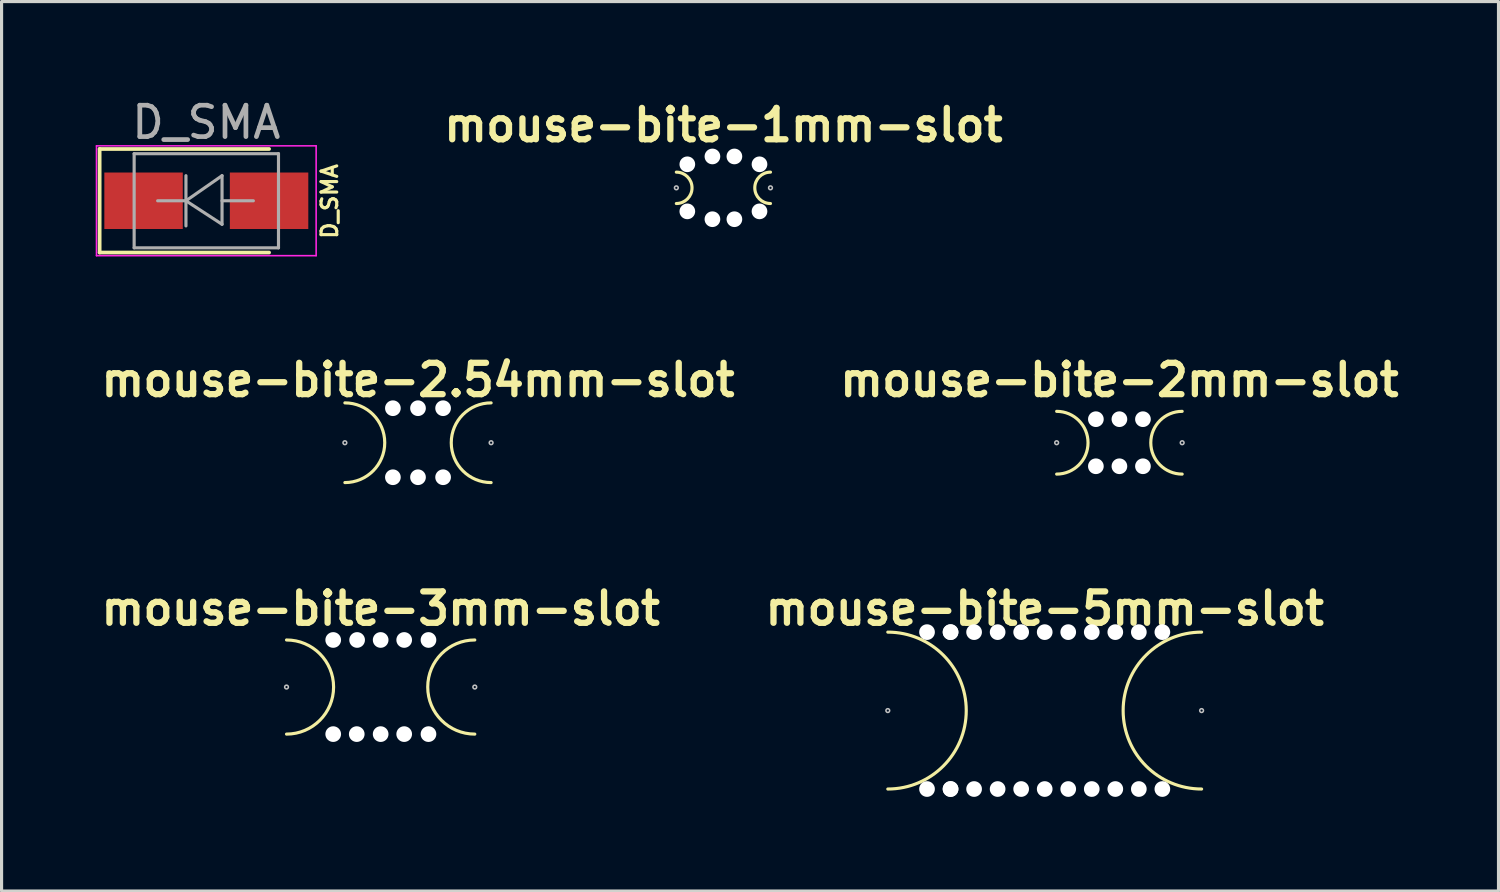
<source format=kicad_pcb>
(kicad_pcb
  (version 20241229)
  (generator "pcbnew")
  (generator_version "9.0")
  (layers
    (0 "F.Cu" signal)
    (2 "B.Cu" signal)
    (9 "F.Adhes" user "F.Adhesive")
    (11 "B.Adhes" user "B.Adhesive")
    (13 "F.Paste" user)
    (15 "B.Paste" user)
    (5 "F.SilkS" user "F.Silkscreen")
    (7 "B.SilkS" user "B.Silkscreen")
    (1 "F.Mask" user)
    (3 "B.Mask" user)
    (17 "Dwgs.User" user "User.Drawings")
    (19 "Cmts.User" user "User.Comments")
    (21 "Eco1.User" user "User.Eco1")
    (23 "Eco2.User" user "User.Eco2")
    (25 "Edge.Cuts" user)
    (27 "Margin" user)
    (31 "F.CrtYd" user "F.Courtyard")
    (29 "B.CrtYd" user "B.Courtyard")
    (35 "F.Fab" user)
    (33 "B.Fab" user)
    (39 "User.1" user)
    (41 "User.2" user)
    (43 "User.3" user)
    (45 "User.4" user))
  (footprint "mouse-bite-5mm-slot"
    (layer "F.Cu")
    (at 30.243 19.595)
    (property "Reference" "mouse-bite-5mm-slot" (at 0 -3.25 0) (layer "F.SilkS") (effects (font (size 1 1) (thickness 0.2))))
    (attr through_hole)
    (fp_arc (start -5 -2.5) (mid -2.5 0) (end -5 2.5) (stroke (width 0.1) (type solid)) (layer "F.SilkS"))
    (fp_arc (start 5 2.5) (mid 2.5 0) (end 5 -2.5) (stroke (width 0.1) (type solid)) (layer "F.SilkS"))
    (fp_circle (center -5 0) (end -4.94 0) (stroke (width 0.05) (type solid)) (fill no) (layer "Dwgs.User"))
    (fp_circle (center 5 0) (end 5.06 0) (stroke (width 0.05) (type solid)) (fill no) (layer "Dwgs.User"))
    (fp_line (start -5 0) (end -5 0) (stroke (width 5) (type solid)) (layer "Eco1.User"))
    (fp_line (start 5 0) (end 5 0) (stroke (width 5) (type solid)) (layer "Eco1.User"))
    (pad "" np_thru_hole circle (at -3.75 -2.5) (size 0.5 0.5) (drill 0.5) (layers "*.Cu" "*.Mask"))
    (pad "" np_thru_hole circle (at -3.75 2.5) (size 0.5 0.5) (drill 0.5) (layers "*.Cu" "*.Mask"))
    (pad "" np_thru_hole circle (at -3 -2.5) (size 0.5 0.5) (drill 0.5) (layers "*.Cu" "*.Mask"))
    (pad "" np_thru_hole circle (at -3 -2.5) (size 0.5 0.5) (drill 0.5) (layers "*.Cu" "*.Mask"))
    (pad "" np_thru_hole circle (at -3 2.5) (size 0.5 0.5) (drill 0.5) (layers "*.Cu" "*.Mask"))
    (pad "" np_thru_hole circle (at -3 2.5) (size 0.5 0.5) (drill 0.5) (layers "*.Cu" "*.Mask"))
    (pad "" np_thru_hole circle (at -2.25 -2.5) (size 0.5 0.5) (drill 0.5) (layers "*.Cu" "*.Mask"))
    (pad "" np_thru_hole circle (at -2.25 2.5) (size 0.5 0.5) (drill 0.5) (layers "*.Cu" "*.Mask"))
    (pad "" np_thru_hole circle (at -1.5 -2.5) (size 0.5 0.5) (drill 0.5) (layers "*.Cu" "*.Mask"))
    (pad "" np_thru_hole circle (at -1.5 2.5) (size 0.5 0.5) (drill 0.5) (layers "*.Cu" "*.Mask"))
    (pad "" np_thru_hole circle (at -0.75 -2.5) (size 0.5 0.5) (drill 0.5) (layers "*.Cu" "*.Mask"))
    (pad "" np_thru_hole circle (at -0.75 2.5) (size 0.5 0.5) (drill 0.5) (layers "*.Cu" "*.Mask"))
    (pad "" np_thru_hole circle (at 0 -2.5) (size 0.5 0.5) (drill 0.5) (layers "*.Cu" "*.Mask"))
    (pad "" np_thru_hole circle (at 0 2.5) (size 0.5 0.5) (drill 0.5) (layers "*.Cu" "*.Mask"))
    (pad "" np_thru_hole circle (at 0.75 -2.5) (size 0.5 0.5) (drill 0.5) (layers "*.Cu" "*.Mask"))
    (pad "" np_thru_hole circle (at 0.75 2.5) (size 0.5 0.5) (drill 0.5) (layers "*.Cu" "*.Mask"))
    (pad "" np_thru_hole circle (at 1.5 -2.5) (size 0.5 0.5) (drill 0.5) (layers "*.Cu" "*.Mask"))
    (pad "" np_thru_hole circle (at 1.5 2.5) (size 0.5 0.5) (drill 0.5) (layers "*.Cu" "*.Mask"))
    (pad "" np_thru_hole circle (at 2.25 -2.5) (size 0.5 0.5) (drill 0.5) (layers "*.Cu" "*.Mask"))
    (pad "" np_thru_hole circle (at 2.25 2.5) (size 0.5 0.5) (drill 0.5) (layers "*.Cu" "*.Mask"))
    (pad "" np_thru_hole circle (at 3 -2.5) (size 0.5 0.5) (drill 0.5) (layers "*.Cu" "*.Mask"))
    (pad "" np_thru_hole circle (at 3 2.5) (size 0.5 0.5) (drill 0.5) (layers "*.Cu" "*.Mask"))
    (pad "" np_thru_hole circle (at 3.75 -2.5) (size 0.5 0.5) (drill 0.5) (layers "*.Cu" "*.Mask"))
    (pad "" np_thru_hole circle (at 3.75 2.5) (size 0.5 0.5) (drill 0.5) (layers "*.Cu" "*.Mask")))
  (footprint "mouse-bite-2.54mm-slot"
    (layer "F.Cu")
    (at 10.271 11.059)
    (property "Reference" "mouse-bite-2.54mm-slot" (at 0 -2 0) (layer "F.SilkS") (effects (font (size 1 1) (thickness 0.2))))
    (attr through_hole)
    (fp_arc (start -2.33 -1.27) (mid -1.06 0) (end -2.33 1.27) (stroke (width 0.1) (type solid)) (layer "F.SilkS"))
    (fp_arc (start 2.33 1.27) (mid 1.06 0) (end 2.33 -1.27) (stroke (width 0.1) (type solid)) (layer "F.SilkS"))
    (fp_circle (center -2.33 0) (end -2.27 0) (stroke (width 0.05) (type solid)) (fill no) (layer "Dwgs.User"))
    (fp_circle (center 2.33 0) (end 2.33 -0.06) (stroke (width 0.05) (type solid)) (fill no) (layer "Dwgs.User"))
    (fp_line (start -2.33 0) (end -2.33 0) (stroke (width 2.54) (type solid)) (layer "Eco1.User"))
    (fp_line (start 2.33 0) (end 2.33 0) (stroke (width 2.54) (type solid)) (layer "Eco1.User"))
    (pad "" np_thru_hole circle (at -0.8 -1.1) (size 0.5 0.5) (drill 0.5) (layers "*.Cu" "*.Mask"))
    (pad "" np_thru_hole circle (at -0.8 1.1) (size 0.5 0.5) (drill 0.5) (layers "*.Cu" "*.Mask"))
    (pad "" np_thru_hole circle (at 0 -1.1) (size 0.5 0.5) (drill 0.5) (layers "*.Cu" "*.Mask"))
    (pad "" np_thru_hole circle (at 0 1.1) (size 0.5 0.5) (drill 0.5) (layers "*.Cu" "*.Mask"))
    (pad "" np_thru_hole circle (at 0.8 -1.1) (size 0.5 0.5) (drill 0.5) (layers "*.Cu" "*.Mask"))
    (pad "" np_thru_hole circle (at 0.8 1.1) (size 0.5 0.5) (drill 0.5) (layers "*.Cu" "*.Mask")))
  (footprint "mouse-bite-2mm-slot"
    (layer "F.Cu")
    (at 32.624 11.059)
    (property "Reference" "mouse-bite-2mm-slot" (at 0 -2 0) (layer "F.SilkS") (effects (font (size 1 1) (thickness 0.2))))
    (attr through_hole)
    (fp_arc (start -2 -1) (mid -1 0) (end -2 1) (stroke (width 0.1) (type solid)) (layer "F.SilkS"))
    (fp_arc (start 2 1) (mid 1 0) (end 2 -1) (stroke (width 0.1) (type solid)) (layer "F.SilkS"))
    (fp_circle (center -2 0) (end -2 -0.06) (stroke (width 0.05) (type solid)) (fill no) (layer "Dwgs.User"))
    (fp_circle (center 2 0) (end 2.06 0) (stroke (width 0.05) (type solid)) (fill no) (layer "Dwgs.User"))
    (fp_line (start -2 0) (end -2 0) (stroke (width 2) (type solid)) (layer "Eco1.User"))
    (fp_line (start 2 0) (end 2 0) (stroke (width 2) (type solid)) (layer "Eco1.User"))
    (pad "" np_thru_hole circle (at -0.75 -0.75) (size 0.5 0.5) (drill 0.5) (layers "*.Cu" "*.Mask"))
    (pad "" np_thru_hole circle (at -0.75 0.75) (size 0.5 0.5) (drill 0.5) (layers "*.Cu" "*.Mask"))
    (pad "" np_thru_hole circle (at 0 -0.75) (size 0.5 0.5) (drill 0.5) (layers "*.Cu" "*.Mask"))
    (pad "" np_thru_hole circle (at 0 0.75) (size 0.5 0.5) (drill 0.5) (layers "*.Cu" "*.Mask"))
    (pad "" np_thru_hole circle (at 0.75 -0.75) (size 0.5 0.5) (drill 0.5) (layers "*.Cu" "*.Mask"))
    (pad "" np_thru_hole circle (at 0.75 0.75) (size 0.5 0.5) (drill 0.5) (layers "*.Cu" "*.Mask")))
  (footprint "mouse-bite-1mm-slot"
    (layer "F.Cu")
    (at 20.004 2.936)
    (property "Reference" "mouse-bite-1mm-slot" (at 0 -2 0) (layer "F.SilkS") (effects (font (size 1 1) (thickness 0.2))))
    (attr through_hole)
    (fp_arc (start -1.5 -0.5) (mid -1 0) (end -1.5 0.5) (stroke (width 0.1) (type solid)) (layer "F.SilkS"))
    (fp_arc (start 1.5 0.5) (mid 1 0) (end 1.5 -0.5) (stroke (width 0.1) (type solid)) (layer "F.SilkS"))
    (fp_circle (center -1.5 0) (end -1.44 0) (stroke (width 0.05) (type solid)) (fill no) (layer "Dwgs.User"))
    (fp_circle (center 1.5 0) (end 1.56 0) (stroke (width 0.05) (type solid)) (fill no) (layer "Dwgs.User"))
    (fp_line (start -1.5 0) (end -1.5 0) (stroke (width 1) (type solid)) (layer "Eco1.User"))
    (fp_line (start 1.5 0) (end 1.5 0) (stroke (width 1) (type solid)) (layer "Eco1.User"))
    (pad "" np_thru_hole circle (at -1.15 -0.75) (size 0.5 0.5) (drill 0.5) (layers "*.Cu" "*.Mask"))
    (pad "" np_thru_hole circle (at -1.15 0.75) (size 0.5 0.5) (drill 0.5) (layers "*.Cu" "*.Mask"))
    (pad "" np_thru_hole circle (at -0.35 -1) (size 0.5 0.5) (drill 0.5) (layers "*.Cu" "*.Mask"))
    (pad "" np_thru_hole circle (at -0.35 1) (size 0.5 0.5) (drill 0.5) (layers "*.Cu" "*.Mask"))
    (pad "" np_thru_hole circle (at 0.35 -1) (size 0.5 0.5) (drill 0.5) (layers "*.Cu" "*.Mask"))
    (pad "" np_thru_hole circle (at 0.35 1) (size 0.5 0.5) (drill 0.5) (layers "*.Cu" "*.Mask"))
    (pad "" np_thru_hole circle (at 1.15 -0.75) (size 0.5 0.5) (drill 0.5) (layers "*.Cu" "*.Mask"))
    (pad "" np_thru_hole circle (at 1.15 0.75) (size 0.5 0.5) (drill 0.5) (layers "*.Cu" "*.Mask")))
  (footprint "mouse-bite-3mm-slot"
    (layer "F.Cu")
    (at 9.081 18.845)
    (property "Reference" "mouse-bite-3mm-slot" (at 0 -2.5 0) (layer "F.SilkS") (effects (font (size 1 1) (thickness 0.2))))
    (attr through_hole)
    (fp_arc (start -3 -1.5) (mid -1.5 0) (end -3 1.5) (stroke (width 0.1) (type solid)) (layer "F.SilkS"))
    (fp_arc (start 3 1.5) (mid 1.5 0) (end 3 -1.5) (stroke (width 0.1) (type solid)) (layer "F.SilkS"))
    (fp_circle (center -3 0) (end -3 -0.06) (stroke (width 0.05) (type solid)) (fill no) (layer "Dwgs.User"))
    (fp_circle (center 3 0) (end 3.06 0) (stroke (width 0.05) (type solid)) (fill no) (layer "Dwgs.User"))
    (fp_line (start -3 0) (end -3 0) (stroke (width 3) (type solid)) (layer "Eco1.User"))
    (fp_line (start 3 0) (end 3 0) (stroke (width 3) (type solid)) (layer "Eco1.User"))
    (pad "" np_thru_hole circle (at -1.512 -1.5) (size 0.5 0.5) (drill 0.5) (layers "*.Cu" "*.Mask"))
    (pad "" np_thru_hole circle (at -1.512 1.5) (size 0.5 0.5) (drill 0.5) (layers "*.Cu" "*.Mask"))
    (pad "" np_thru_hole circle (at -0.762 1.5) (size 0.5 0.5) (drill 0.5) (layers "*.Cu" "*.Mask"))
    (pad "" np_thru_hole circle (at -0.75 -1.5) (size 0.5 0.5) (drill 0.5) (layers "*.Cu" "*.Mask"))
    (pad "" np_thru_hole circle (at 0 -1.5) (size 0.5 0.5) (drill 0.5) (layers "*.Cu" "*.Mask"))
    (pad "" np_thru_hole circle (at 0 1.5) (size 0.5 0.5) (drill 0.5) (layers "*.Cu" "*.Mask"))
    (pad "" np_thru_hole circle (at 0.75 -1.5) (size 0.5 0.5) (drill 0.5) (layers "*.Cu" "*.Mask"))
    (pad "" np_thru_hole circle (at 0.75 1.5) (size 0.5 0.5) (drill 0.5) (layers "*.Cu" "*.Mask"))
    (pad "" np_thru_hole circle (at 1.524 -1.5) (size 0.5 0.5) (drill 0.5) (layers "*.Cu" "*.Mask"))
    (pad "" np_thru_hole circle (at 1.524 1.5) (size 0.5 0.5) (drill 0.5) (layers "*.Cu" "*.Mask")))
  (footprint "D_SMA"
    (layer "F.Cu")
    (at 3.525 3.348)
    (property "Reference" "D_SMA" (at 3.93 0.02 270) (layer "F.SilkS") (effects (font (size 0.5 0.5) (thickness 0.1))))
    (attr smd)
    (fp_line (start -3.4 -1.65) (end -3.4 1.65) (stroke (width 0.12) (type solid)) (layer "F.SilkS"))
    (fp_line (start -3.4 -1.65) (end 2 -1.65) (stroke (width 0.12) (type solid)) (layer "F.SilkS"))
    (fp_line (start -3.4 1.65) (end 2 1.65) (stroke (width 0.12) (type solid)) (layer "F.SilkS"))
    (fp_line (start -3.5 -1.75) (end 3.5 -1.75) (stroke (width 0.05) (type solid)) (layer "F.CrtYd"))
    (fp_line (start -3.5 1.75) (end -3.5 -1.75) (stroke (width 0.05) (type solid)) (layer "F.CrtYd"))
    (fp_line (start 3.5 -1.75) (end 3.5 1.75) (stroke (width 0.05) (type solid)) (layer "F.CrtYd"))
    (fp_line (start 3.5 1.75) (end -3.5 1.75) (stroke (width 0.05) (type solid)) (layer "F.CrtYd"))
    (fp_line (start -2.3 1.5) (end -2.3 -1.5) (stroke (width 0.1) (type solid)) (layer "F.Fab"))
    (fp_line (start -0.649 -0.799) (end -0.649 0.801) (stroke (width 0.1) (type solid)) (layer "F.Fab"))
    (fp_line (start -0.649 0.001) (end -1.551 0.001) (stroke (width 0.1) (type solid)) (layer "F.Fab"))
    (fp_line (start -0.649 0.001) (end 0.501 -0.799) (stroke (width 0.1) (type solid)) (layer "F.Fab"))
    (fp_line (start -0.649 0.001) (end 0.501 0.75) (stroke (width 0.1) (type solid)) (layer "F.Fab"))
    (fp_line (start 0.501 0.001) (end 1.499 0.001) (stroke (width 0.1) (type solid)) (layer "F.Fab"))
    (fp_line (start 0.501 0.75) (end 0.501 -0.799) (stroke (width 0.1) (type solid)) (layer "F.Fab"))
    (fp_line (start 2.3 -1.5) (end -2.3 -1.5) (stroke (width 0.1) (type solid)) (layer "F.Fab"))
    (fp_line (start 2.3 -1.5) (end 2.3 1.5) (stroke (width 0.1) (type solid)) (layer "F.Fab"))
    (fp_line (start 2.3 1.5) (end -2.3 1.5) (stroke (width 0.1) (type solid)) (layer "F.Fab"))
    (fp_text user "${REFERENCE}" (at 0 -2.5 0) (layer "F.Fab") (effects (font (size 1 1) (thickness 0.15))))
    (pad "1" smd rect (at -2 0) (size 2.5 1.8) (layers "F.Cu" "F.Mask" "F.Paste"))
    (pad "2" smd rect (at 2 0) (size 2.5 1.8) (layers "F.Cu" "F.Mask" "F.Paste")))
  (gr_rect
    (start -3 -3)
    (end 44.705 25.345)
    (stroke (width 0.1) (type default))
    (fill no)
    (layer "Edge.Cuts")))
</source>
